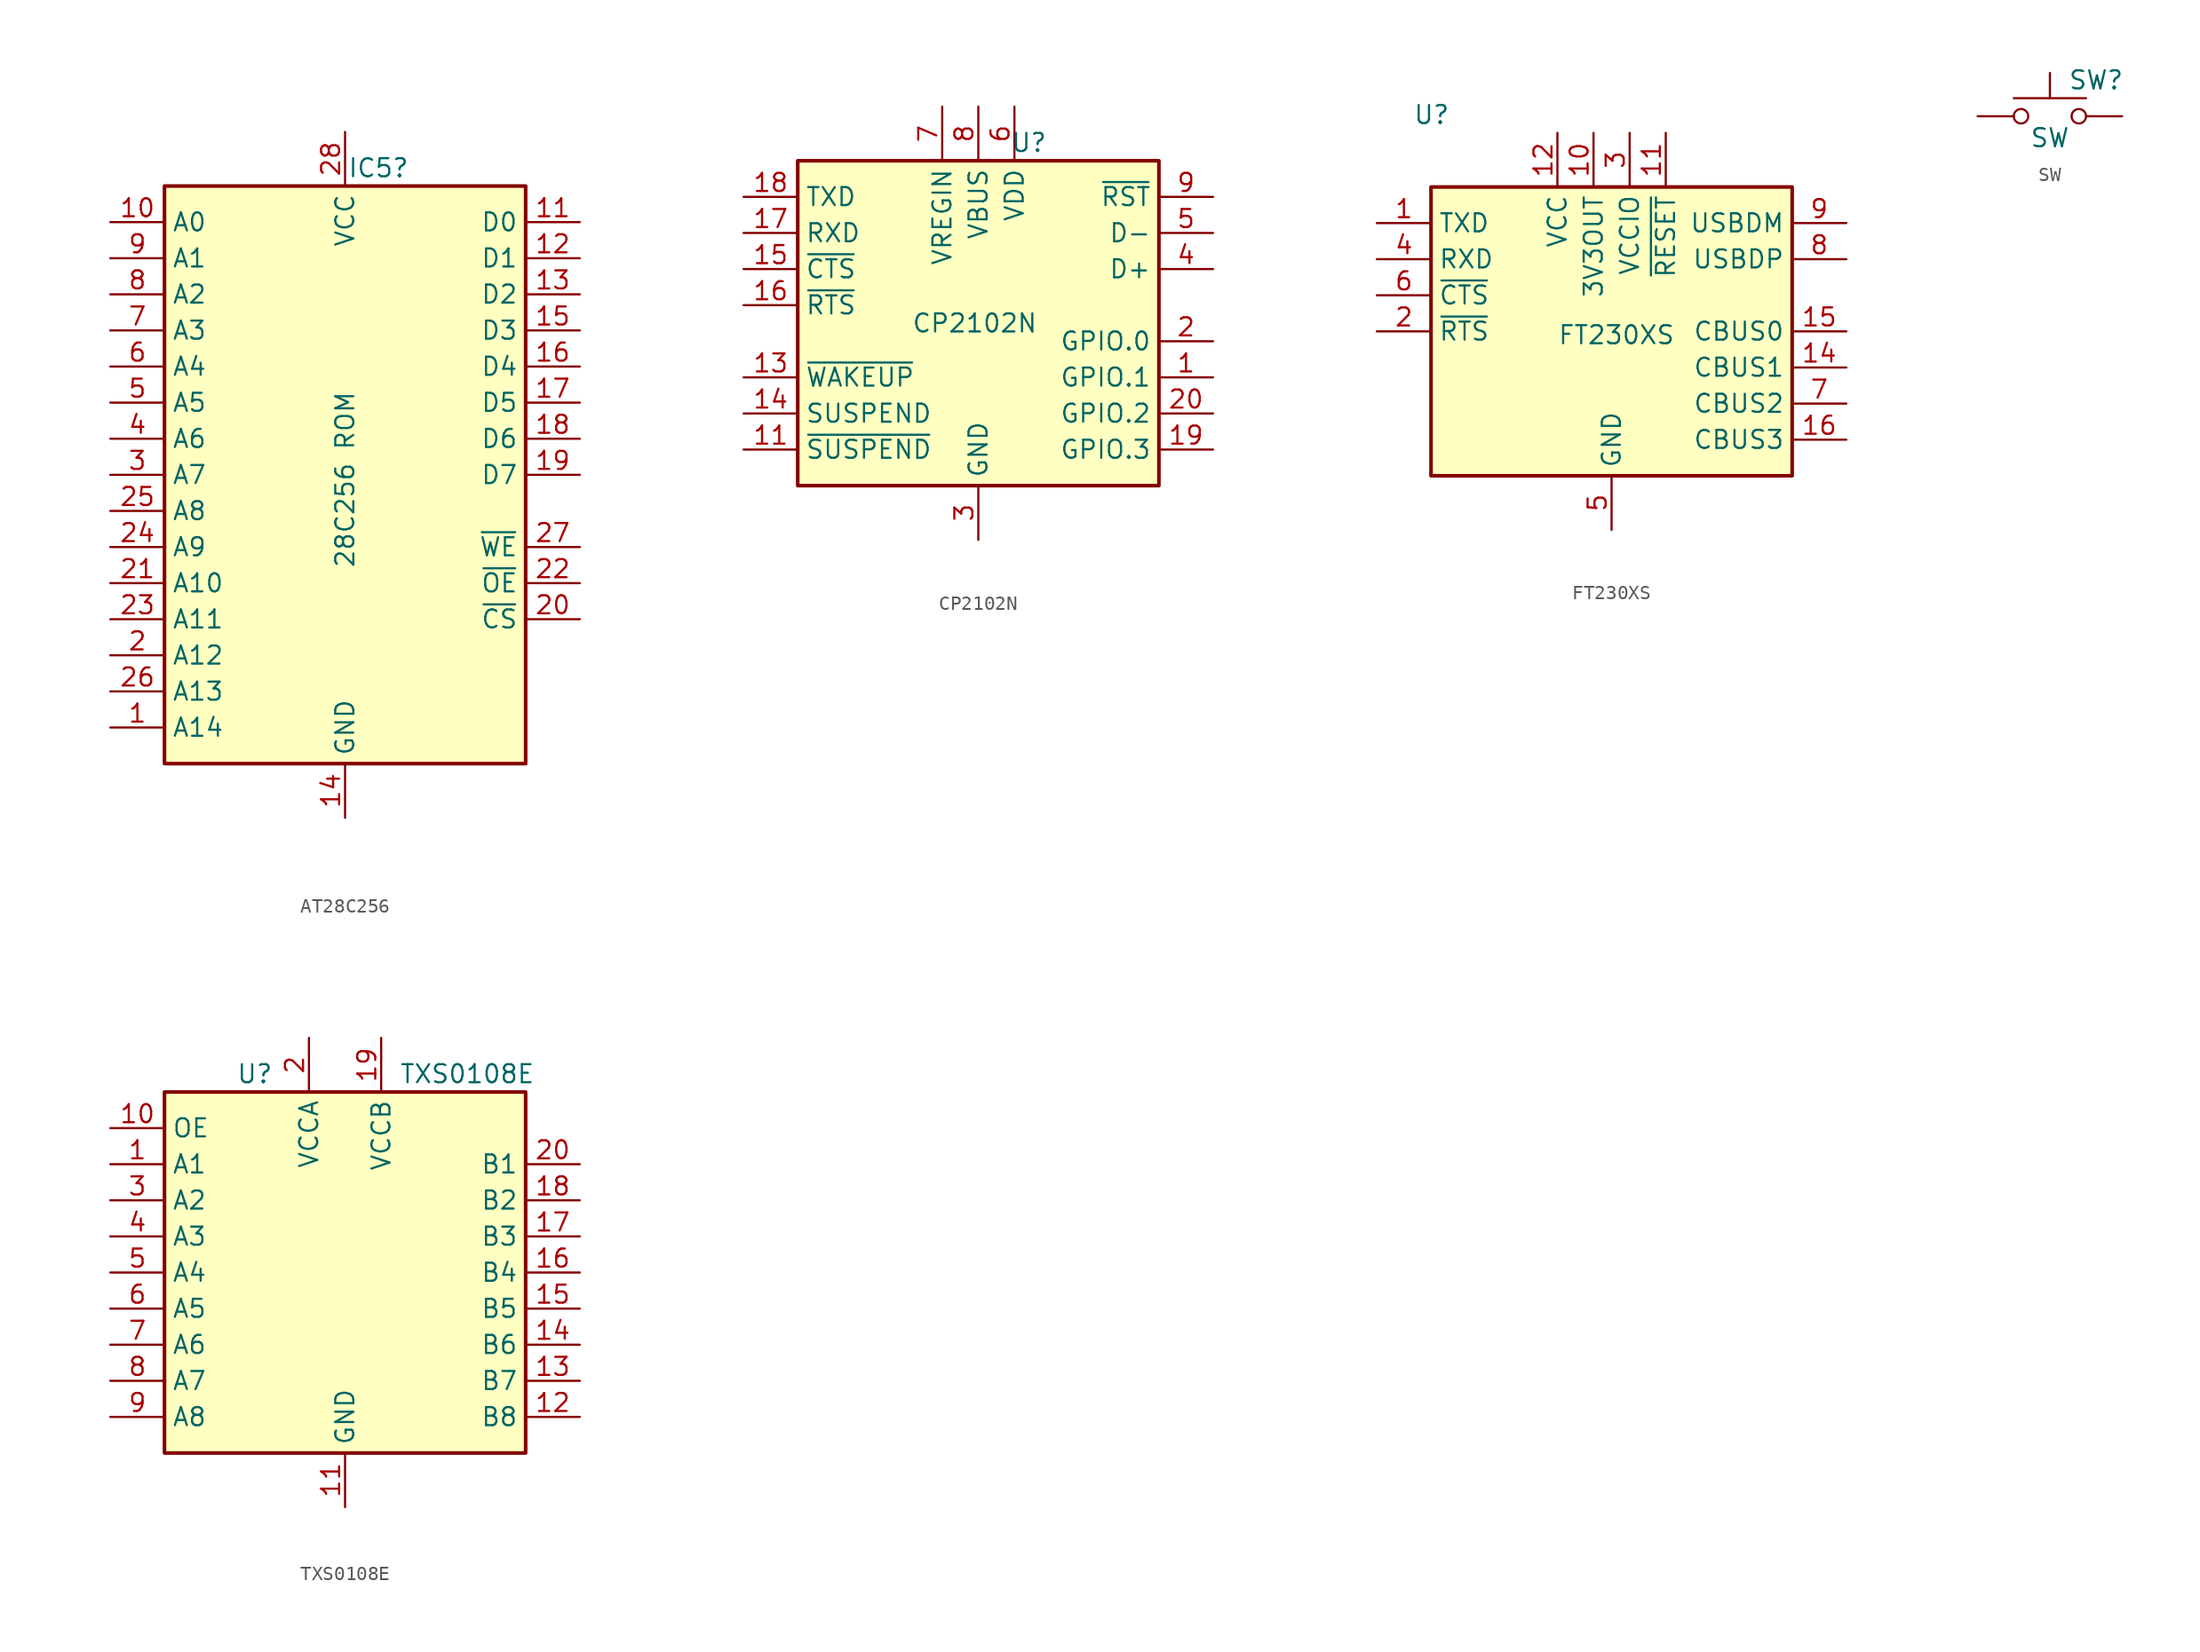
<source format=kicad_sym>
(kicad_symbol_lib
  (version 20241209)
  (generator "kicad_symbol_editor")
  (generator_version "9.0")
  (symbol "AT28C256"
    (property "Reference" "IC5"
      (at 0.162 21.59 0)
      (effects (font (size 1.27 1.27)) (justify left)))
    (property "Value" "28C256 ROM"
      (at 0 -6.604 90)
      (effects (font (size 1.27 1.27)) (justify left)))
    (symbol "AT28C256_1_1"
      (rectangle (start -12.7 20.32) (end 12.7 -20.32) (stroke (width 0.254) (type default)) (fill (type background)))
      (pin input line (at -16.51 17.78 0) (length 3.81) (name "A0" (effects (font (size 1.27 1.27)))) (number "10" (effects (font (size 1.27 1.27)))))
      (pin input line (at -16.51 15.24 0) (length 3.81) (name "A1" (effects (font (size 1.27 1.27)))) (number "9" (effects (font (size 1.27 1.27)))))
      (pin input line (at -16.51 12.7 0) (length 3.81) (name "A2" (effects (font (size 1.27 1.27)))) (number "8" (effects (font (size 1.27 1.27)))))
      (pin input line (at -16.51 10.16 0) (length 3.81) (name "A3" (effects (font (size 1.27 1.27)))) (number "7" (effects (font (size 1.27 1.27)))))
      (pin input line (at -16.51 7.62 0) (length 3.81) (name "A4" (effects (font (size 1.27 1.27)))) (number "6" (effects (font (size 1.27 1.27)))))
      (pin input line (at -16.51 5.08 0) (length 3.81) (name "A5" (effects (font (size 1.27 1.27)))) (number "5" (effects (font (size 1.27 1.27)))))
      (pin input line (at -16.51 2.54 0) (length 3.81) (name "A6" (effects (font (size 1.27 1.27)))) (number "4" (effects (font (size 1.27 1.27)))))
      (pin input line (at -16.51 0 0) (length 3.81) (name "A7" (effects (font (size 1.27 1.27)))) (number "3" (effects (font (size 1.27 1.27)))))
      (pin input line (at -16.51 -2.54 0) (length 3.81) (name "A8" (effects (font (size 1.27 1.27)))) (number "25" (effects (font (size 1.27 1.27)))))
      (pin input line (at -16.51 -5.08 0) (length 3.81) (name "A9" (effects (font (size 1.27 1.27)))) (number "24" (effects (font (size 1.27 1.27)))))
      (pin input line (at -16.51 -7.62 0) (length 3.81) (name "A10" (effects (font (size 1.27 1.27)))) (number "21" (effects (font (size 1.27 1.27)))))
      (pin input line (at -16.51 -10.16 0) (length 3.81) (name "A11" (effects (font (size 1.27 1.27)))) (number "23" (effects (font (size 1.27 1.27)))))
      (pin input line (at -16.51 -12.7 0) (length 3.81) (name "A12" (effects (font (size 1.27 1.27)))) (number "2" (effects (font (size 1.27 1.27)))))
      (pin input line (at -16.51 -15.24 0) (length 3.81) (name "A13" (effects (font (size 1.27 1.27)))) (number "26" (effects (font (size 1.27 1.27)))))
      (pin input line (at -16.51 -17.78 0) (length 3.81) (name "A14" (effects (font (size 1.27 1.27)))) (number "1" (effects (font (size 1.27 1.27)))))
      (pin power_in line (at 0 24.13 270) (length 3.81) (name "VCC" (effects (font (size 1.27 1.27)))) (number "28" (effects (font (size 1.27 1.27)))))
      (pin power_in line (at 0 -24.13 90) (length 3.81) (name "GND" (effects (font (size 1.27 1.27)))) (number "14" (effects (font (size 1.27 1.27)))))
      (pin tri_state line (at 16.51 17.78 180) (length 3.81) (name "D0" (effects (font (size 1.27 1.27)))) (number "11" (effects (font (size 1.27 1.27)))))
      (pin tri_state line (at 16.51 15.24 180) (length 3.81) (name "D1" (effects (font (size 1.27 1.27)))) (number "12" (effects (font (size 1.27 1.27)))))
      (pin tri_state line (at 16.51 12.7 180) (length 3.81) (name "D2" (effects (font (size 1.27 1.27)))) (number "13" (effects (font (size 1.27 1.27)))))
      (pin tri_state line (at 16.51 10.16 180) (length 3.81) (name "D3" (effects (font (size 1.27 1.27)))) (number "15" (effects (font (size 1.27 1.27)))))
      (pin tri_state line (at 16.51 7.62 180) (length 3.81) (name "D4" (effects (font (size 1.27 1.27)))) (number "16" (effects (font (size 1.27 1.27)))))
      (pin tri_state line (at 16.51 5.08 180) (length 3.81) (name "D5" (effects (font (size 1.27 1.27)))) (number "17" (effects (font (size 1.27 1.27)))))
      (pin tri_state line (at 16.51 2.54 180) (length 3.81) (name "D6" (effects (font (size 1.27 1.27)))) (number "18" (effects (font (size 1.27 1.27)))))
      (pin tri_state line (at 16.51 0 180) (length 3.81) (name "D7" (effects (font (size 1.27 1.27)))) (number "19" (effects (font (size 1.27 1.27)))))
      (pin input line (at 16.51 -5.08 180) (length 3.81) (name "~{WE}" (effects (font (size 1.27 1.27)))) (number "27" (effects (font (size 1.27 1.27)))))
      (pin input line (at 16.51 -7.62 180) (length 3.81) (name "~{OE}" (effects (font (size 1.27 1.27)))) (number "22" (effects (font (size 1.27 1.27)))))
      (pin input line (at 16.51 -10.16 180) (length 3.81) (name "~{CS}" (effects (font (size 1.27 1.27)))) (number "20" (effects (font (size 1.27 1.27)))))))
  (symbol "CP2102N"
    (property "Reference" "U"
      (at 3.556 12.7 0)
      (effects (font (size 1.27 1.27))))
    (property "Value" "CP2102N"
      (at -0.254 0 0)
      (effects (font (size 1.27 1.27))))
    (symbol "CP2102N_0_1"
      (rectangle (start -12.7 11.43) (end 12.7 -11.43) (stroke (width 0.254) (type default)) (fill (type background))))
    (symbol "CP2102N_1_1"
      (pin output line (at -16.51 8.89 0) (length 3.81) (name "TXD" (effects (font (size 1.27 1.27)))) (number "18" (effects (font (size 1.27 1.27)))))
      (pin input line (at -16.51 6.35 0) (length 3.81) (name "RXD" (effects (font (size 1.27 1.27)))) (number "17" (effects (font (size 1.27 1.27)))))
      (pin input line (at -16.51 3.81 0) (length 3.81) (name "~{CTS}" (effects (font (size 1.27 1.27)))) (number "15" (effects (font (size 1.27 1.27)))))
      (pin output line (at -16.51 1.27 0) (length 3.81) (name "~{RTS}" (effects (font (size 1.27 1.27)))) (number "16" (effects (font (size 1.27 1.27)))))
      (pin input line (at -16.51 -3.81 0) (length 3.81) (name "~{WAKEUP}" (effects (font (size 1.27 1.27)))) (number "13" (effects (font (size 1.27 1.27)))))
      (pin output line (at -16.51 -6.35 0) (length 3.81) (name "SUSPEND" (effects (font (size 1.27 1.27)))) (number "14" (effects (font (size 1.27 1.27)))))
      (pin output line (at -16.51 -8.89 0) (length 3.81) (name "~{SUSPEND}" (effects (font (size 1.27 1.27)))) (number "11" (effects (font (size 1.27 1.27)))))
      (pin power_in line (at -2.54 15.24 270) (length 3.81) (name "VREGIN" (effects (font (size 1.27 1.27)))) (number "7" (effects (font (size 1.27 1.27)))))
      (pin input line (at 0 15.24 270) (length 3.81) (name "VBUS" (effects (font (size 1.27 1.27)))) (number "8" (effects (font (size 1.27 1.27)))))
      (pin passive line (at 0 -15.24 90) (length 3.81) (hide yes) (name "GND" (effects (font (size 1.27 1.27)))) (number "12" (effects (font (size 1.27 1.27)))))
      (pin passive line (at 0 -15.24 90) (length 3.81) (hide yes) (name "GND" (effects (font (size 1.27 1.27)))) (number "21" (effects (font (size 1.27 1.27)))))
      (pin power_in line (at 0 -15.24 90) (length 3.81) (name "GND" (effects (font (size 1.27 1.27)))) (number "3" (effects (font (size 1.27 1.27)))))
      (pin power_in line (at 2.54 15.24 270) (length 3.81) (name "VDD" (effects (font (size 1.27 1.27)))) (number "6" (effects (font (size 1.27 1.27)))))
      (pin no_connect line (at 2.54 -15.24 90) (length 3.81) (hide yes) (name "NC" (effects (font (size 1.27 1.27)))) (number "10" (effects (font (size 1.27 1.27)))))
      (pin input line (at 16.51 8.89 180) (length 3.81) (name "~{RST}" (effects (font (size 1.27 1.27)))) (number "9" (effects (font (size 1.27 1.27)))))
      (pin bidirectional line (at 16.51 6.35 180) (length 3.81) (name "D-" (effects (font (size 1.27 1.27)))) (number "5" (effects (font (size 1.27 1.27)))))
      (pin bidirectional line (at 16.51 3.81 180) (length 3.81) (name "D+" (effects (font (size 1.27 1.27)))) (number "4" (effects (font (size 1.27 1.27)))))
      (pin bidirectional line (at 16.51 -1.27 180) (length 3.81) (name "GPIO.0" (effects (font (size 1.27 1.27)))) (number "2" (effects (font (size 1.27 1.27)))))
      (pin bidirectional line (at 16.51 -3.81 180) (length 3.81) (name "GPIO.1" (effects (font (size 1.27 1.27)))) (number "1" (effects (font (size 1.27 1.27)))))
      (pin bidirectional line (at 16.51 -6.35 180) (length 3.81) (name "GPIO.2" (effects (font (size 1.27 1.27)))) (number "20" (effects (font (size 1.27 1.27)))))
      (pin bidirectional line (at 16.51 -8.89 180) (length 3.81) (name "GPIO.3" (effects (font (size 1.27 1.27)))) (number "19" (effects (font (size 1.27 1.27)))))))
  (symbol "FT230XS"
    (property "Reference" "U"
      (at -13.97 15.24 0)
      (effects (font (size 1.27 1.27)) (justify left)))
    (property "Value" "FT230XS"
      (at -3.81 -0.254 0)
      (effects (font (size 1.27 1.27)) (justify left)))
    (symbol "FT230XS_0_1"
      (rectangle (start -12.7 10.16) (end 12.7 -10.16) (stroke (width 0.254) (type default)) (fill (type background))))
    (symbol "FT230XS_1_1"
      (pin output line (at -16.51 7.62 0) (length 3.81) (name "TXD" (effects (font (size 1.27 1.27)))) (number "1" (effects (font (size 1.27 1.27)))))
      (pin input line (at -16.51 5.08 0) (length 3.81) (name "RXD" (effects (font (size 1.27 1.27)))) (number "4" (effects (font (size 1.27 1.27)))))
      (pin input line (at -16.51 2.54 0) (length 3.81) (name "~{CTS}" (effects (font (size 1.27 1.27)))) (number "6" (effects (font (size 1.27 1.27)))))
      (pin output line (at -16.51 0 0) (length 3.81) (name "~{RTS}" (effects (font (size 1.27 1.27)))) (number "2" (effects (font (size 1.27 1.27)))))
      (pin power_in line (at -3.81 13.97 270) (length 3.81) (name "VCC" (effects (font (size 1.27 1.27)))) (number "12" (effects (font (size 1.27 1.27)))))
      (pin power_out line (at -1.27 13.97 270) (length 3.81) (name "3V3OUT" (effects (font (size 1.27 1.27)))) (number "10" (effects (font (size 1.27 1.27)))))
      (pin power_in line (at 0 -13.97 90) (length 3.81) (hide yes) (name "GND" (effects (font (size 1.27 1.27)))) (number "13" (effects (font (size 1.27 1.27)))))
      (pin power_in line (at 0 -13.97 90) (length 3.81) (name "GND" (effects (font (size 1.27 1.27)))) (number "5" (effects (font (size 1.27 1.27)))))
      (pin power_in line (at 1.27 13.97 270) (length 3.81) (name "VCCIO" (effects (font (size 1.27 1.27)))) (number "3" (effects (font (size 1.27 1.27)))))
      (pin input line (at 3.81 13.97 270) (length 3.81) (name "~{RESET}" (effects (font (size 1.27 1.27)))) (number "11" (effects (font (size 1.27 1.27)))))
      (pin bidirectional line (at 16.51 7.62 180) (length 3.81) (name "USBDM" (effects (font (size 1.27 1.27)))) (number "9" (effects (font (size 1.27 1.27)))))
      (pin bidirectional line (at 16.51 5.08 180) (length 3.81) (name "USBDP" (effects (font (size 1.27 1.27)))) (number "8" (effects (font (size 1.27 1.27)))))
      (pin bidirectional line (at 16.51 0 180) (length 3.81) (name "CBUS0" (effects (font (size 1.27 1.27)))) (number "15" (effects (font (size 1.27 1.27)))))
      (pin bidirectional line (at 16.51 -2.54 180) (length 3.81) (name "CBUS1" (effects (font (size 1.27 1.27)))) (number "14" (effects (font (size 1.27 1.27)))))
      (pin bidirectional line (at 16.51 -5.08 180) (length 3.81) (name "CBUS2" (effects (font (size 1.27 1.27)))) (number "7" (effects (font (size 1.27 1.27)))))
      (pin bidirectional line (at 16.51 -7.62 180) (length 3.81) (name "CBUS3" (effects (font (size 1.27 1.27)))) (number "16" (effects (font (size 1.27 1.27)))))))
  (symbol "SW"
    (pin_numbers
      (hide yes))
    (pin_names
      (offset 1.016)
      (hide yes))
    (property "Reference" "SW"
      (at 1.27 2.54 0)
      (effects (font (size 1.27 1.27)) (justify left)))
    (property "Value" "SW"
      (at 0 -1.524 0)
      (effects (font (size 1.27 1.27))))
    (symbol "SW_0_1"
      (circle (center -2.032 0) (radius 0.508) (stroke (width 0) (type default)) (fill (type none)))
      (polyline (pts (xy 0 1.27) (xy 0 3.048)) (stroke (width 0) (type default)) (fill (type none)))
      (circle (center 2.032 0) (radius 0.508) (stroke (width 0) (type default)) (fill (type none)))
      (polyline (pts (xy 2.54 1.27) (xy -2.54 1.27)) (stroke (width 0) (type default)) (fill (type none)))
      (pin passive line (at -5.08 0 0) (length 2.54) (name "A" (effects (font (size 1.27 1.27)))) (number "1" (effects (font (size 1.27 1.27)))))
      (pin passive line (at 5.08 0 180) (length 2.54) (name "B" (effects (font (size 1.27 1.27)))) (number "2" (effects (font (size 1.27 1.27)))))))
  (symbol "TXS0108E"
    (property "Reference" "U"
      (at -6.35 13.97 0)
      (effects (font (size 1.27 1.27))))
    (property "Value" "TXS0108E"
      (at 3.81 13.97 0)
      (effects (font (size 1.27 1.27)) (justify left)))
    (symbol "TXS0108E_0_1"
      (rectangle (start -12.7 12.7) (end 12.7 -12.7) (stroke (width 0.254) (type default)) (fill (type background))))
    (symbol "TXS0108E_1_1"
      (pin input line (at -16.51 10.16 0) (length 3.81) (name "OE" (effects (font (size 1.27 1.27)))) (number "10" (effects (font (size 1.27 1.27)))))
      (pin bidirectional line (at -16.51 7.62 0) (length 3.81) (name "A1" (effects (font (size 1.27 1.27)))) (number "1" (effects (font (size 1.27 1.27)))))
      (pin bidirectional line (at -16.51 5.08 0) (length 3.81) (name "A2" (effects (font (size 1.27 1.27)))) (number "3" (effects (font (size 1.27 1.27)))))
      (pin bidirectional line (at -16.51 2.54 0) (length 3.81) (name "A3" (effects (font (size 1.27 1.27)))) (number "4" (effects (font (size 1.27 1.27)))))
      (pin bidirectional line (at -16.51 0 0) (length 3.81) (name "A4" (effects (font (size 1.27 1.27)))) (number "5" (effects (font (size 1.27 1.27)))))
      (pin bidirectional line (at -16.51 -2.54 0) (length 3.81) (name "A5" (effects (font (size 1.27 1.27)))) (number "6" (effects (font (size 1.27 1.27)))))
      (pin bidirectional line (at -16.51 -5.08 0) (length 3.81) (name "A6" (effects (font (size 1.27 1.27)))) (number "7" (effects (font (size 1.27 1.27)))))
      (pin bidirectional line (at -16.51 -7.62 0) (length 3.81) (name "A7" (effects (font (size 1.27 1.27)))) (number "8" (effects (font (size 1.27 1.27)))))
      (pin bidirectional line (at -16.51 -10.16 0) (length 3.81) (name "A8" (effects (font (size 1.27 1.27)))) (number "9" (effects (font (size 1.27 1.27)))))
      (pin power_in line (at -2.54 16.51 270) (length 3.81) (name "VCCA" (effects (font (size 1.27 1.27)))) (number "2" (effects (font (size 1.27 1.27)))))
      (pin power_in line (at 0 -16.51 90) (length 3.81) (name "GND" (effects (font (size 1.27 1.27)))) (number "11" (effects (font (size 1.27 1.27)))))
      (pin power_in line (at 2.54 16.51 270) (length 3.81) (name "VCCB" (effects (font (size 1.27 1.27)))) (number "19" (effects (font (size 1.27 1.27)))))
      (pin bidirectional line (at 16.51 7.62 180) (length 3.81) (name "B1" (effects (font (size 1.27 1.27)))) (number "20" (effects (font (size 1.27 1.27)))))
      (pin bidirectional line (at 16.51 5.08 180) (length 3.81) (name "B2" (effects (font (size 1.27 1.27)))) (number "18" (effects (font (size 1.27 1.27)))))
      (pin bidirectional line (at 16.51 2.54 180) (length 3.81) (name "B3" (effects (font (size 1.27 1.27)))) (number "17" (effects (font (size 1.27 1.27)))))
      (pin bidirectional line (at 16.51 0 180) (length 3.81) (name "B4" (effects (font (size 1.27 1.27)))) (number "16" (effects (font (size 1.27 1.27)))))
      (pin bidirectional line (at 16.51 -2.54 180) (length 3.81) (name "B5" (effects (font (size 1.27 1.27)))) (number "15" (effects (font (size 1.27 1.27)))))
      (pin bidirectional line (at 16.51 -5.08 180) (length 3.81) (name "B6" (effects (font (size 1.27 1.27)))) (number "14" (effects (font (size 1.27 1.27)))))
      (pin bidirectional line (at 16.51 -7.62 180) (length 3.81) (name "B7" (effects (font (size 1.27 1.27)))) (number "13" (effects (font (size 1.27 1.27)))))
      (pin bidirectional line (at 16.51 -10.16 180) (length 3.81) (name "B8" (effects (font (size 1.27 1.27)))) (number "12" (effects (font (size 1.27 1.27))))))))
</source>
